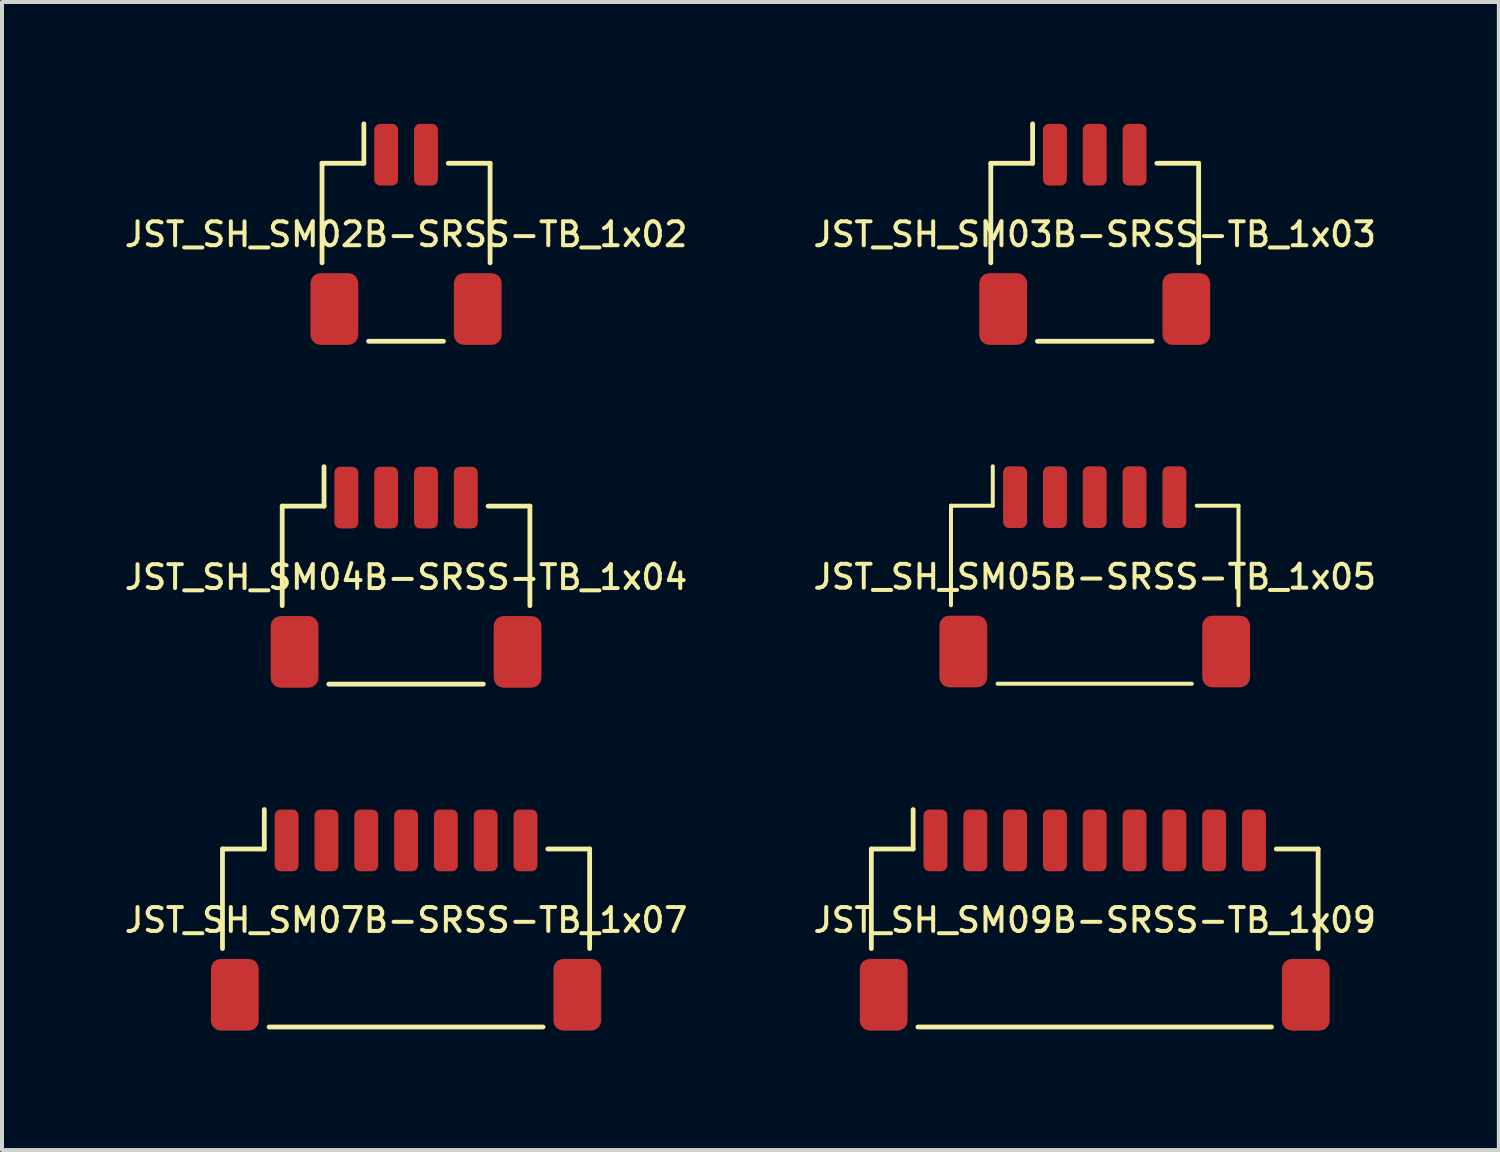
<source format=kicad_pcb>
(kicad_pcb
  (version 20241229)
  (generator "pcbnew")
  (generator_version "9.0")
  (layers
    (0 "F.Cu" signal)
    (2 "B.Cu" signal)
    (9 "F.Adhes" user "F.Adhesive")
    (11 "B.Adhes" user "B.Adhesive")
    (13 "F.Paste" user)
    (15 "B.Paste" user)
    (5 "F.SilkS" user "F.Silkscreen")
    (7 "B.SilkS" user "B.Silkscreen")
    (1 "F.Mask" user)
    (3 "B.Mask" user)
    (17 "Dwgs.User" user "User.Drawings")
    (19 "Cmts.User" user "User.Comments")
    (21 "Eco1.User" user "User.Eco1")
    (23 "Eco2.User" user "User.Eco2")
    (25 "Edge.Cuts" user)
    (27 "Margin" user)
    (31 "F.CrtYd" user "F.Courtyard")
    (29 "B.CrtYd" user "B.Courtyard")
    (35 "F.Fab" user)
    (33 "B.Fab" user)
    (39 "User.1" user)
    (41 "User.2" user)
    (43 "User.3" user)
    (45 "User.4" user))
  (footprint "JST_SH_SM05B-SRSS-TB_1x05"
    (layer "F.Cu")
    (at 24.441 11.435)
    (property "Reference" "JST_SH_SM05B-SRSS-TB_1x05" (at 0 0 0) (layer "F.SilkS") (effects (font (size 0.6 0.6) (thickness 0.1))))
    (attr smd)
    (fp_line (start -3.61 -1.785) (end -2.56 -1.785) (stroke (width 0.1) (type solid)) (layer "F.SilkS"))
    (fp_line (start -3.61 0.715) (end -3.61 -1.785) (stroke (width 0.1) (type solid)) (layer "F.SilkS"))
    (fp_line (start -2.56 -1.785) (end -2.56 -2.775) (stroke (width 0.1) (type solid)) (layer "F.SilkS"))
    (fp_line (start -2.44 2.685) (end 2.44 2.685) (stroke (width 0.1) (type solid)) (layer "F.SilkS"))
    (fp_line (start 3.61 -1.785) (end 2.56 -1.785) (stroke (width 0.1) (type solid)) (layer "F.SilkS"))
    (fp_line (start 3.61 0.715) (end 3.61 -1.785) (stroke (width 0.1) (type solid)) (layer "F.SilkS"))
    (pad "1" smd roundrect (at -2 -2) (size 0.6 1.55) (layers "F.Cu" "F.Mask" "F.Paste") (roundrect_rratio 0.25))
    (pad "2" smd roundrect (at -1 -2) (size 0.6 1.55) (layers "F.Cu" "F.Mask" "F.Paste") (roundrect_rratio 0.25))
    (pad "3" smd roundrect (at 0 -2) (size 0.6 1.55) (layers "F.Cu" "F.Mask" "F.Paste") (roundrect_rratio 0.25))
    (pad "4" smd roundrect (at 1 -2) (size 0.6 1.55) (layers "F.Cu" "F.Mask" "F.Paste") (roundrect_rratio 0.25))
    (pad "5" smd roundrect (at 2 -2) (size 0.6 1.55) (layers "F.Cu" "F.Mask" "F.Paste") (roundrect_rratio 0.25))
    (pad "MP" smd roundrect (at -3.3 1.875) (size 1.2 1.8) (layers "F.Cu" "F.Mask" "F.Paste") (roundrect_rratio 0.208))
    (pad "MP" smd roundrect (at 3.3 1.875) (size 1.2 1.8) (layers "F.Cu" "F.Mask" "F.Paste") (roundrect_rratio 0.208)))
  (footprint "JST_SH_SM02B-SRSS-TB_1x02"
    (layer "F.Cu")
    (at 7.147 2.835)
    (property "Reference" "JST_SH_SM02B-SRSS-TB_1x02" (at 0 0 0) (layer "F.SilkS") (effects (font (size 0.6 0.6) (thickness 0.1))))
    (attr smd)
    (fp_line (start -2.11 -1.785) (end -1.06 -1.785) (stroke (width 0.12) (type solid)) (layer "F.SilkS"))
    (fp_line (start -2.11 0.715) (end -2.11 -1.785) (stroke (width 0.12) (type solid)) (layer "F.SilkS"))
    (fp_line (start -1.06 -1.785) (end -1.06 -2.775) (stroke (width 0.12) (type solid)) (layer "F.SilkS"))
    (fp_line (start -0.94 2.685) (end 0.94 2.685) (stroke (width 0.12) (type solid)) (layer "F.SilkS"))
    (fp_line (start 2.11 -1.785) (end 1.06 -1.785) (stroke (width 0.12) (type solid)) (layer "F.SilkS"))
    (fp_line (start 2.11 0.715) (end 2.11 -1.785) (stroke (width 0.12) (type solid)) (layer "F.SilkS"))
    (pad "1" smd roundrect (at -0.5 -2) (size 0.6 1.55) (layers "F.Cu" "F.Mask" "F.Paste") (roundrect_rratio 0.25))
    (pad "2" smd roundrect (at 0.5 -2) (size 0.6 1.55) (layers "F.Cu" "F.Mask" "F.Paste") (roundrect_rratio 0.25))
    (pad "MP" smd roundrect (at -1.8 1.875) (size 1.2 1.8) (layers "F.Cu" "F.Mask" "F.Paste") (roundrect_rratio 0.208))
    (pad "MP" smd roundrect (at 1.8 1.875) (size 1.2 1.8) (layers "F.Cu" "F.Mask" "F.Paste") (roundrect_rratio 0.208)))
  (footprint "JST_SH_SM04B-SRSS-TB_1x04"
    (layer "F.Cu")
    (at 7.147 11.445)
    (property "Reference" "JST_SH_SM04B-SRSS-TB_1x04" (at 0 0 0) (layer "F.SilkS") (effects (font (size 0.6 0.6) (thickness 0.1))))
    (attr smd)
    (fp_line (start -3.11 -1.785) (end -2.06 -1.785) (stroke (width 0.12) (type solid)) (layer "F.SilkS"))
    (fp_line (start -3.11 0.715) (end -3.11 -1.785) (stroke (width 0.12) (type solid)) (layer "F.SilkS"))
    (fp_line (start -2.06 -1.785) (end -2.06 -2.775) (stroke (width 0.12) (type solid)) (layer "F.SilkS"))
    (fp_line (start -1.94 2.685) (end 1.94 2.685) (stroke (width 0.12) (type solid)) (layer "F.SilkS"))
    (fp_line (start 3.11 -1.785) (end 2.06 -1.785) (stroke (width 0.12) (type solid)) (layer "F.SilkS"))
    (fp_line (start 3.11 0.715) (end 3.11 -1.785) (stroke (width 0.12) (type solid)) (layer "F.SilkS"))
    (pad "1" smd roundrect (at -1.5 -2) (size 0.6 1.55) (layers "F.Cu" "F.Mask" "F.Paste") (roundrect_rratio 0.25))
    (pad "2" smd roundrect (at -0.5 -2) (size 0.6 1.55) (layers "F.Cu" "F.Mask" "F.Paste") (roundrect_rratio 0.25))
    (pad "3" smd roundrect (at 0.5 -2) (size 0.6 1.55) (layers "F.Cu" "F.Mask" "F.Paste") (roundrect_rratio 0.25))
    (pad "4" smd roundrect (at 1.5 -2) (size 0.6 1.55) (layers "F.Cu" "F.Mask" "F.Paste") (roundrect_rratio 0.25))
    (pad "MP" smd roundrect (at -2.8 1.875) (size 1.2 1.8) (layers "F.Cu" "F.Mask" "F.Paste") (roundrect_rratio 0.208))
    (pad "MP" smd roundrect (at 2.8 1.875) (size 1.2 1.8) (layers "F.Cu" "F.Mask" "F.Paste") (roundrect_rratio 0.208)))
  (footprint "JST_SH_SM09B-SRSS-TB_1x09"
    (layer "F.Cu")
    (at 24.441 20.055)
    (property "Reference" "JST_SH_SM09B-SRSS-TB_1x09" (at 0 0 0) (layer "F.SilkS") (effects (font (size 0.6 0.6) (thickness 0.1))))
    (attr smd)
    (fp_line (start -5.61 -1.785) (end -4.56 -1.785) (stroke (width 0.12) (type solid)) (layer "F.SilkS"))
    (fp_line (start -5.61 0.715) (end -5.61 -1.785) (stroke (width 0.12) (type solid)) (layer "F.SilkS"))
    (fp_line (start -4.56 -1.785) (end -4.56 -2.775) (stroke (width 0.12) (type solid)) (layer "F.SilkS"))
    (fp_line (start -4.44 2.685) (end 4.44 2.685) (stroke (width 0.12) (type solid)) (layer "F.SilkS"))
    (fp_line (start 5.61 -1.785) (end 4.56 -1.785) (stroke (width 0.12) (type solid)) (layer "F.SilkS"))
    (fp_line (start 5.61 0.715) (end 5.61 -1.785) (stroke (width 0.12) (type solid)) (layer "F.SilkS"))
    (pad "1" smd roundrect (at -4 -2) (size 0.6 1.55) (layers "F.Cu" "F.Mask" "F.Paste") (roundrect_rratio 0.25))
    (pad "2" smd roundrect (at -3 -2) (size 0.6 1.55) (layers "F.Cu" "F.Mask" "F.Paste") (roundrect_rratio 0.25))
    (pad "3" smd roundrect (at -2 -2) (size 0.6 1.55) (layers "F.Cu" "F.Mask" "F.Paste") (roundrect_rratio 0.25))
    (pad "4" smd roundrect (at -1 -2) (size 0.6 1.55) (layers "F.Cu" "F.Mask" "F.Paste") (roundrect_rratio 0.25))
    (pad "5" smd roundrect (at 0 -2) (size 0.6 1.55) (layers "F.Cu" "F.Mask" "F.Paste") (roundrect_rratio 0.25))
    (pad "6" smd roundrect (at 1 -2) (size 0.6 1.55) (layers "F.Cu" "F.Mask" "F.Paste") (roundrect_rratio 0.25))
    (pad "7" smd roundrect (at 2 -2) (size 0.6 1.55) (layers "F.Cu" "F.Mask" "F.Paste") (roundrect_rratio 0.25))
    (pad "8" smd roundrect (at 3 -2) (size 0.6 1.55) (layers "F.Cu" "F.Mask" "F.Paste") (roundrect_rratio 0.25))
    (pad "9" smd roundrect (at 4 -2) (size 0.6 1.55) (layers "F.Cu" "F.Mask" "F.Paste") (roundrect_rratio 0.25))
    (pad "MP" smd roundrect (at -5.3 1.875) (size 1.2 1.8) (layers "F.Cu" "F.Mask" "F.Paste") (roundrect_rratio 0.208))
    (pad "MP" smd roundrect (at 5.3 1.875) (size 1.2 1.8) (layers "F.Cu" "F.Mask" "F.Paste") (roundrect_rratio 0.208)))
  (footprint "JST_SH_SM03B-SRSS-TB_1x03"
    (layer "F.Cu")
    (at 24.441 2.835)
    (property "Reference" "JST_SH_SM03B-SRSS-TB_1x03" (at 0 0 0) (layer "F.SilkS") (effects (font (size 0.6 0.6) (thickness 0.1))))
    (attr smd)
    (fp_line (start -2.61 -1.785) (end -1.56 -1.785) (stroke (width 0.12) (type solid)) (layer "F.SilkS"))
    (fp_line (start -2.61 0.715) (end -2.61 -1.785) (stroke (width 0.12) (type solid)) (layer "F.SilkS"))
    (fp_line (start -1.56 -1.785) (end -1.56 -2.775) (stroke (width 0.12) (type solid)) (layer "F.SilkS"))
    (fp_line (start -1.44 2.685) (end 1.44 2.685) (stroke (width 0.12) (type solid)) (layer "F.SilkS"))
    (fp_line (start 2.61 -1.785) (end 1.56 -1.785) (stroke (width 0.12) (type solid)) (layer "F.SilkS"))
    (fp_line (start 2.61 0.715) (end 2.61 -1.785) (stroke (width 0.12) (type solid)) (layer "F.SilkS"))
    (pad "1" smd roundrect (at -1 -2) (size 0.6 1.55) (layers "F.Cu" "F.Mask" "F.Paste") (roundrect_rratio 0.25))
    (pad "2" smd roundrect (at 0 -2) (size 0.6 1.55) (layers "F.Cu" "F.Mask" "F.Paste") (roundrect_rratio 0.25))
    (pad "3" smd roundrect (at 1 -2) (size 0.6 1.55) (layers "F.Cu" "F.Mask" "F.Paste") (roundrect_rratio 0.25))
    (pad "MP" smd roundrect (at -2.3 1.875) (size 1.2 1.8) (layers "F.Cu" "F.Mask" "F.Paste") (roundrect_rratio 0.208))
    (pad "MP" smd roundrect (at 2.3 1.875) (size 1.2 1.8) (layers "F.Cu" "F.Mask" "F.Paste") (roundrect_rratio 0.208)))
  (footprint "JST_SH_SM07B-SRSS-TB_1x07"
    (layer "F.Cu")
    (at 7.147 20.055)
    (property "Reference" "JST_SH_SM07B-SRSS-TB_1x07" (at 0 0 0) (layer "F.SilkS") (effects (font (size 0.6 0.6) (thickness 0.1))))
    (attr smd)
    (fp_line (start -4.61 -1.785) (end -3.56 -1.785) (stroke (width 0.12) (type solid)) (layer "F.SilkS"))
    (fp_line (start -4.61 0.715) (end -4.61 -1.785) (stroke (width 0.12) (type solid)) (layer "F.SilkS"))
    (fp_line (start -3.56 -1.785) (end -3.56 -2.775) (stroke (width 0.12) (type solid)) (layer "F.SilkS"))
    (fp_line (start -3.44 2.685) (end 3.44 2.685) (stroke (width 0.12) (type solid)) (layer "F.SilkS"))
    (fp_line (start 4.61 -1.785) (end 3.56 -1.785) (stroke (width 0.12) (type solid)) (layer "F.SilkS"))
    (fp_line (start 4.61 0.715) (end 4.61 -1.785) (stroke (width 0.12) (type solid)) (layer "F.SilkS"))
    (pad "1" smd roundrect (at -3 -2) (size 0.6 1.55) (layers "F.Cu" "F.Mask" "F.Paste") (roundrect_rratio 0.25))
    (pad "2" smd roundrect (at -2 -2) (size 0.6 1.55) (layers "F.Cu" "F.Mask" "F.Paste") (roundrect_rratio 0.25))
    (pad "3" smd roundrect (at -1 -2) (size 0.6 1.55) (layers "F.Cu" "F.Mask" "F.Paste") (roundrect_rratio 0.25))
    (pad "4" smd roundrect (at 0 -2) (size 0.6 1.55) (layers "F.Cu" "F.Mask" "F.Paste") (roundrect_rratio 0.25))
    (pad "5" smd roundrect (at 1 -2) (size 0.6 1.55) (layers "F.Cu" "F.Mask" "F.Paste") (roundrect_rratio 0.25))
    (pad "6" smd roundrect (at 2 -2) (size 0.6 1.55) (layers "F.Cu" "F.Mask" "F.Paste") (roundrect_rratio 0.25))
    (pad "7" smd roundrect (at 3 -2) (size 0.6 1.55) (layers "F.Cu" "F.Mask" "F.Paste") (roundrect_rratio 0.25))
    (pad "MP" smd roundrect (at -4.3 1.875) (size 1.2 1.8) (layers "F.Cu" "F.Mask" "F.Paste") (roundrect_rratio 0.208))
    (pad "MP" smd roundrect (at 4.3 1.875) (size 1.2 1.8) (layers "F.Cu" "F.Mask" "F.Paste") (roundrect_rratio 0.208)))
  (gr_rect
    (start -3 -3)
    (end 34.589 25.83)
    (stroke (width 0.1) (type default))
    (fill no)
    (layer "Edge.Cuts")))
</source>
